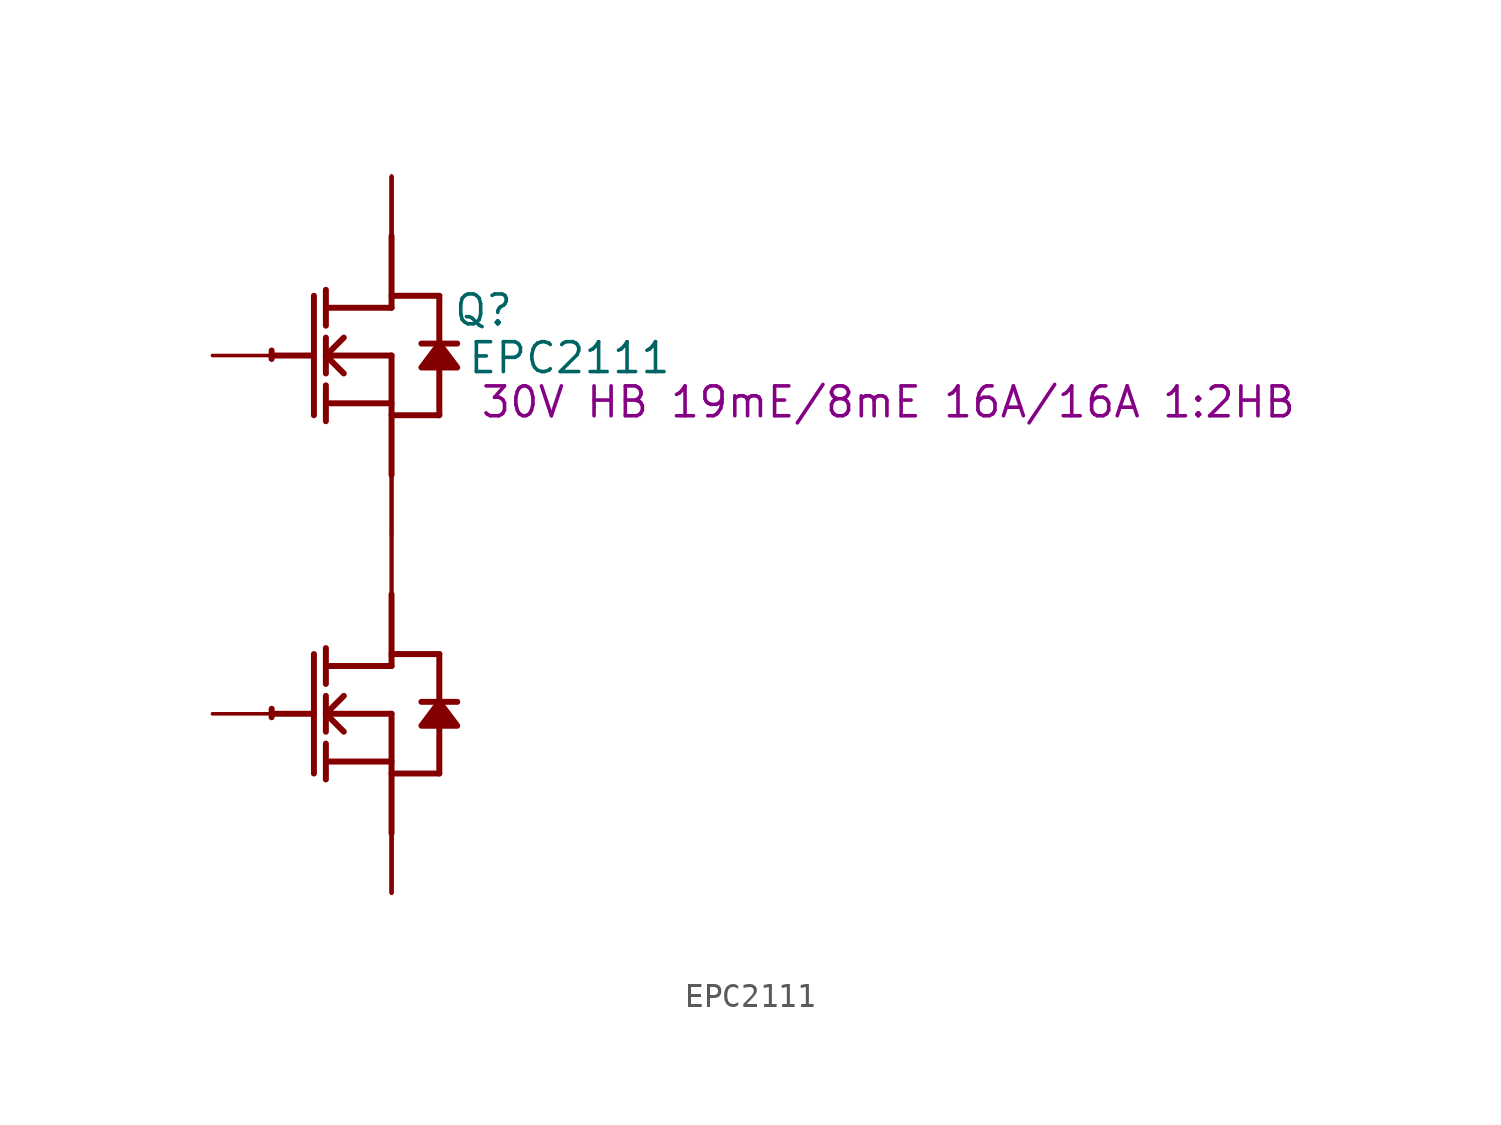
<source format=kicad_sym>
(kicad_symbol_lib
  (version 20220914)
  (generator kicad_symbol_editor)
  (symbol "EPC2111"
    (property "Reference" "Q"
      (at 3.912 1.93 0)
      (effects (font (size 1.27 1.27))))
    (property "Value" "EPC2111"
      (at 7.569 -0.102 0)
      (effects (font (size 1.27 1.27))))
    (property "Description" "30V HB 19mE/8mE 16A/16A 1:2HB"
      (at 21.133 -1.981 0)
      (effects (font (size 1.27 1.27))))
    (symbol "EPC2111_1_0"
      (arc (start -5.0996 -15.0272) (mid -5.1039 -15.2069) (end -5.1019 -15.3867) (stroke (width 0.254) (type solid)) (fill (type none)))
      (arc (start -5.0996 0.2128) (mid -5.1039 0.0331) (end -5.1019 -0.1467) (stroke (width 0.254) (type solid)) (fill (type none)))
      (polyline (pts (xy -5.08 -15.24) (xy -3.302 -15.24)) (stroke (width 0.254) (type solid)) (fill (type none)))
      (polyline (pts (xy -5.08 0) (xy -3.302 0)) (stroke (width 0.254) (type solid)) (fill (type none)))
      (polyline (pts (xy -3.302 -12.7) (xy -3.302 -17.78)) (stroke (width 0.254) (type solid)) (fill (type none)))
      (polyline (pts (xy -3.302 2.54) (xy -3.302 -2.54)) (stroke (width 0.254) (type solid)) (fill (type none)))
      (polyline (pts (xy -2.794 -18.034) (xy -2.794 -16.51)) (stroke (width 0.254) (type solid)) (fill (type none)))
      (polyline (pts (xy -2.794 -17.272) (xy 0 -17.272)) (stroke (width 0.254) (type solid)) (fill (type none)))
      (polyline (pts (xy -2.794 -16.002) (xy -2.794 -14.478)) (stroke (width 0.254) (type solid)) (fill (type none)))
      (polyline (pts (xy -2.794 -15.24) (xy -2.032 -14.478)) (stroke (width 0.254) (type solid)) (fill (type none)))
      (polyline (pts (xy -2.794 -15.24) (xy 0 -15.24)) (stroke (width 0.254) (type solid)) (fill (type none)))
      (polyline (pts (xy -2.794 -13.97) (xy -2.794 -12.446)) (stroke (width 0.254) (type solid)) (fill (type none)))
      (polyline (pts (xy -2.794 -2.794) (xy -2.794 -1.27)) (stroke (width 0.254) (type solid)) (fill (type none)))
      (polyline (pts (xy -2.794 -2.032) (xy 0 -2.032)) (stroke (width 0.254) (type solid)) (fill (type none)))
      (polyline (pts (xy -2.794 -0.762) (xy -2.794 0.762)) (stroke (width 0.254) (type solid)) (fill (type none)))
      (polyline (pts (xy -2.794 0) (xy -2.032 0.762)) (stroke (width 0.254) (type solid)) (fill (type none)))
      (polyline (pts (xy -2.794 0) (xy 0 0)) (stroke (width 0.254) (type solid)) (fill (type none)))
      (polyline (pts (xy -2.794 1.27) (xy -2.794 2.794)) (stroke (width 0.254) (type solid)) (fill (type none)))
      (polyline (pts (xy -2.032 -16.002) (xy -2.794 -15.24)) (stroke (width 0.254) (type solid)) (fill (type none)))
      (polyline (pts (xy -2.032 -0.762) (xy -2.794 0)) (stroke (width 0.254) (type solid)) (fill (type none)))
      (polyline (pts (xy 0 -17.78) (xy 2.032 -17.78)) (stroke (width 0.254) (type solid)) (fill (type none)))
      (polyline (pts (xy 0 -15.24) (xy 0 -20.32)) (stroke (width 0.254) (type solid)) (fill (type none)))
      (polyline (pts (xy 0 -13.208) (xy -2.794 -13.208)) (stroke (width 0.254) (type solid)) (fill (type none)))
      (polyline (pts (xy 0 -13.208) (xy 0 -10.16)) (stroke (width 0.254) (type solid)) (fill (type none)))
      (polyline (pts (xy 0 -12.7) (xy 2.032 -12.7)) (stroke (width 0.254) (type solid)) (fill (type none)))
      (polyline (pts (xy 0 -2.54) (xy 2.032 -2.54)) (stroke (width 0.254) (type solid)) (fill (type none)))
      (polyline (pts (xy 0 0) (xy 0 -5.08)) (stroke (width 0.254) (type solid)) (fill (type none)))
      (polyline (pts (xy 0 2.032) (xy -2.794 2.032)) (stroke (width 0.254) (type solid)) (fill (type none)))
      (polyline (pts (xy 0 2.032) (xy 0 5.08)) (stroke (width 0.254) (type solid)) (fill (type none)))
      (polyline (pts (xy 0 2.54) (xy 2.032 2.54)) (stroke (width 0.254) (type solid)) (fill (type none)))
      (polyline (pts (xy 2.032 -15.748) (xy 2.032 -17.78)) (stroke (width 0.254) (type solid)) (fill (type none)))
      (polyline (pts (xy 2.032 -12.7) (xy 2.032 -14.732)) (stroke (width 0.254) (type solid)) (fill (type none)))
      (polyline (pts (xy 2.032 -0.508) (xy 2.032 -2.54)) (stroke (width 0.254) (type solid)) (fill (type none)))
      (polyline (pts (xy 2.032 2.54) (xy 2.032 0.508)) (stroke (width 0.254) (type solid)) (fill (type none)))
      (polyline (pts (xy 2.794 -14.732) (xy 1.27 -14.732)) (stroke (width 0.254) (type solid)) (fill (type none)))
      (polyline (pts (xy 2.794 0.508) (xy 1.27 0.508)) (stroke (width 0.254) (type solid)) (fill (type none)))
      (polyline (pts (xy 2.032 -14.732) (xy 1.27 -15.748) (xy 2.794 -15.748) (xy 2.032 -14.732)) (stroke (width 0.254) (type solid)) (fill (type outline)))
      (polyline (pts (xy 2.032 0.508) (xy 1.27 -0.508) (xy 2.794 -0.508) (xy 2.032 0.508)) (stroke (width 0.254) (type solid)) (fill (type outline)))
      (pin power_in line (at -7.62 0 0) (length 2.54) (name "G1" (effects (font (size 0 0)))) (number "1" (effects (font (size 0 0)))))
      (pin power_in line (at 0 7.62 270) (length 2.54) (name "VIN3" (effects (font (size 0 0)))) (number "10" (effects (font (size 0 0)))))
      (pin power_in line (at 0 -7.62 90) (length 2.54) (name "VSW4" (effects (font (size 0 0)))) (number "11" (effects (font (size 0 0)))))
      (pin power_in line (at 0 -22.86 90) (length 2.54) (name "GND3" (effects (font (size 0 0)))) (number "12" (effects (font (size 0 0)))))
      (pin power_in line (at 0 7.62 270) (length 2.54) (name "VIN4" (effects (font (size 0 0)))) (number "13" (effects (font (size 0 0)))))
      (pin power_in line (at 0 -7.62 90) (length 2.54) (name "VSW5" (effects (font (size 0 0)))) (number "14" (effects (font (size 0 0)))))
      (pin power_in line (at 0 -22.86 90) (length 2.54) (name "GND4" (effects (font (size 0 0)))) (number "15" (effects (font (size 0 0)))))
      (pin power_in line (at 0 7.62 270) (length 2.54) (name "VIN5" (effects (font (size 0 0)))) (number "16" (effects (font (size 0 0)))))
      (pin power_in line (at 0 -7.62 90) (length 2.54) (name "VSW6" (effects (font (size 0 0)))) (number "17" (effects (font (size 0 0)))))
      (pin power_in line (at 0 -22.86 90) (length 2.54) (name "GND5" (effects (font (size 0 0)))) (number "18" (effects (font (size 0 0)))))
      (pin power_in line (at 0 7.62 270) (length 2.54) (name "VIN6" (effects (font (size 0 0)))) (number "19" (effects (font (size 0 0)))))
      (pin power_in line (at 0 -7.62 270) (length 2.54) (name "VSW1" (effects (font (size 0 0)))) (number "2" (effects (font (size 0 0)))))
      (pin power_in line (at 0 -7.62 90) (length 2.54) (name "VSW7" (effects (font (size 0 0)))) (number "20" (effects (font (size 0 0)))))
      (pin power_in line (at 0 -22.86 90) (length 2.54) (name "GND6" (effects (font (size 0 0)))) (number "21" (effects (font (size 0 0)))))
      (pin passive line (at -7.62 -15.24 0) (length 2.54) (name "G2" (effects (font (size 0 0)))) (number "3" (effects (font (size 0 0)))))
      (pin power_in line (at 0 7.62 270) (length 2.54) (name "VIN1" (effects (font (size 0 0)))) (number "4" (effects (font (size 0 0)))))
      (pin power_in line (at 0 -7.62 270) (length 2.54) (name "VSW2" (effects (font (size 0 0)))) (number "5" (effects (font (size 0 0)))))
      (pin power_in line (at 0 -22.86 90) (length 2.54) (name "GND1" (effects (font (size 0 0)))) (number "6" (effects (font (size 0 0)))))
      (pin power_in line (at 0 7.62 270) (length 2.54) (name "VIN2" (effects (font (size 0 0)))) (number "7" (effects (font (size 0 0)))))
      (pin power_in line (at 0 -7.62 270) (length 2.54) (name "VSW3" (effects (font (size 0 0)))) (number "8" (effects (font (size 0 0)))))
      (pin power_in line (at 0 -22.86 90) (length 2.54) (name "GND2" (effects (font (size 0 0)))) (number "9" (effects (font (size 0 0))))))))
</source>
